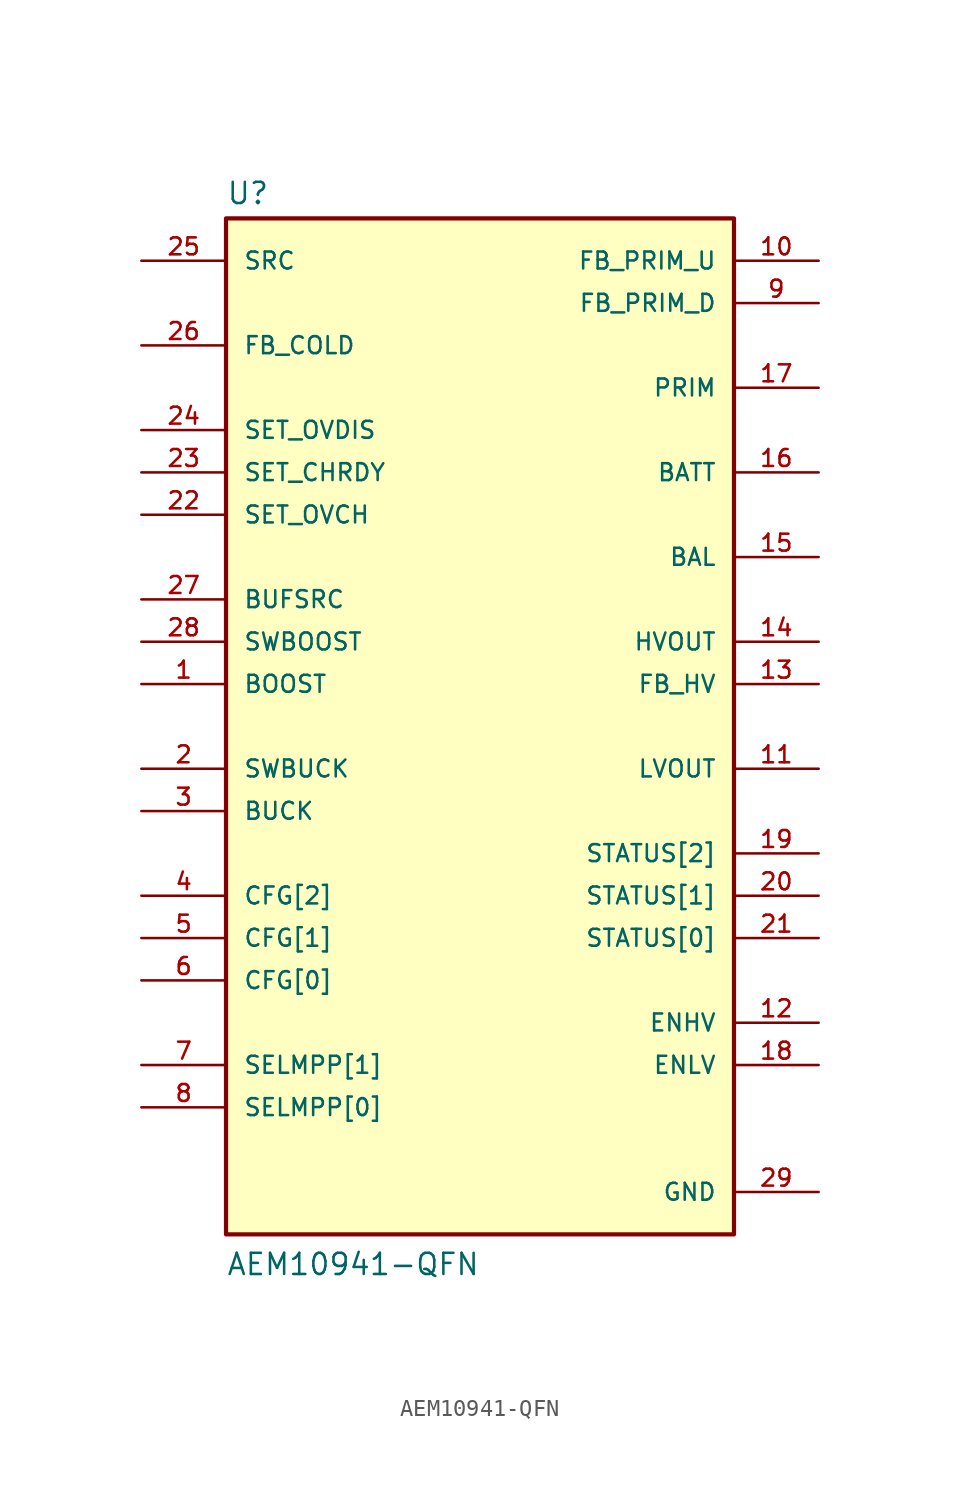
<source format=kicad_sym>
(kicad_symbol_lib
  (version 20211014)
  (generator kicad_symbol_editor)
  (symbol "AEM10941-QFN"
    (pin_names
      (offset 1.016))
    (property "Reference" "U"
      (at -15.24 31.242 0)
      (effects (font (size 1.27 1.27)) (justify bottom left)))
    (property "Value" "AEM10941-QFN"
      (at -15.24 -33.02 0)
      (effects (font (size 1.27 1.27)) (justify bottom left)))
    (symbol "AEM10941-QFN_0_0"
      (rectangle (start -15.24 -30.48) (end 15.24 30.48) (stroke (width 0.254)) (fill (type background)))
      (pin output line (at -20.32 2.54 0) (length 5.08) (name "BOOST" (effects (font (size 1.016 1.016)))) (number "1" (effects (font (size 1.016 1.016)))))
      (pin bidirectional line (at -20.32 -2.54 0) (length 5.08) (name "SWBUCK" (effects (font (size 1.016 1.016)))) (number "2" (effects (font (size 1.016 1.016)))))
      (pin output line (at -20.32 -5.08 0) (length 5.08) (name "BUCK" (effects (font (size 1.016 1.016)))) (number "3" (effects (font (size 1.016 1.016)))))
      (pin output line (at 20.32 -2.54 180.0) (length 5.08) (name "LVOUT" (effects (font (size 1.016 1.016)))) (number "11" (effects (font (size 1.016 1.016)))))
      (pin output line (at 20.32 5.08 180.0) (length 5.08) (name "HVOUT" (effects (font (size 1.016 1.016)))) (number "14" (effects (font (size 1.016 1.016)))))
      (pin bidirectional line (at 20.32 10.16 180.0) (length 5.08) (name "BAL" (effects (font (size 1.016 1.016)))) (number "15" (effects (font (size 1.016 1.016)))))
      (pin output line (at 20.32 15.24 180.0) (length 5.08) (name "BATT" (effects (font (size 1.016 1.016)))) (number "16" (effects (font (size 1.016 1.016)))))
      (pin bidirectional line (at 20.32 20.32 180.0) (length 5.08) (name "PRIM" (effects (font (size 1.016 1.016)))) (number "17" (effects (font (size 1.016 1.016)))))
      (pin input line (at -20.32 27.94 0) (length 5.08) (name "SRC" (effects (font (size 1.016 1.016)))) (number "25" (effects (font (size 1.016 1.016)))))
      (pin bidirectional line (at -20.32 7.62 0) (length 5.08) (name "BUFSRC" (effects (font (size 1.016 1.016)))) (number "27" (effects (font (size 1.016 1.016)))))
      (pin bidirectional line (at -20.32 5.08 0) (length 5.08) (name "SWBOOST" (effects (font (size 1.016 1.016)))) (number "28" (effects (font (size 1.016 1.016)))))
      (pin bidirectional line (at -20.32 -10.16 0) (length 5.08) (name "CFG[2]" (effects (font (size 1.016 1.016)))) (number "4" (effects (font (size 1.016 1.016)))))
      (pin bidirectional line (at -20.32 -12.7 0) (length 5.08) (name "CFG[1]" (effects (font (size 1.016 1.016)))) (number "5" (effects (font (size 1.016 1.016)))))
      (pin bidirectional line (at -20.32 -15.24 0) (length 5.08) (name "CFG[0]" (effects (font (size 1.016 1.016)))) (number "6" (effects (font (size 1.016 1.016)))))
      (pin bidirectional line (at -20.32 -20.32 0) (length 5.08) (name "SELMPP[1]" (effects (font (size 1.016 1.016)))) (number "7" (effects (font (size 1.016 1.016)))))
      (pin bidirectional line (at -20.32 -22.86 0) (length 5.08) (name "SELMPP[0]" (effects (font (size 1.016 1.016)))) (number "8" (effects (font (size 1.016 1.016)))))
      (pin bidirectional line (at 20.32 25.4 180.0) (length 5.08) (name "FB_PRIM_D" (effects (font (size 1.016 1.016)))) (number "9" (effects (font (size 1.016 1.016)))))
      (pin bidirectional line (at 20.32 27.94 180.0) (length 5.08) (name "FB_PRIM_U" (effects (font (size 1.016 1.016)))) (number "10" (effects (font (size 1.016 1.016)))))
      (pin bidirectional line (at 20.32 2.54 180.0) (length 5.08) (name "FB_HV" (effects (font (size 1.016 1.016)))) (number "13" (effects (font (size 1.016 1.016)))))
      (pin bidirectional line (at -20.32 12.7 0) (length 5.08) (name "SET_OVCH" (effects (font (size 1.016 1.016)))) (number "22" (effects (font (size 1.016 1.016)))))
      (pin bidirectional line (at -20.32 15.24 0) (length 5.08) (name "SET_CHRDY" (effects (font (size 1.016 1.016)))) (number "23" (effects (font (size 1.016 1.016)))))
      (pin bidirectional line (at -20.32 17.78 0) (length 5.08) (name "SET_OVDIS" (effects (font (size 1.016 1.016)))) (number "24" (effects (font (size 1.016 1.016)))))
      (pin bidirectional line (at -20.32 22.86 0) (length 5.08) (name "FB_COLD" (effects (font (size 1.016 1.016)))) (number "26" (effects (font (size 1.016 1.016)))))
      (pin input line (at 20.32 -17.78 180.0) (length 5.08) (name "ENHV" (effects (font (size 1.016 1.016)))) (number "12" (effects (font (size 1.016 1.016)))))
      (pin input line (at 20.32 -20.32 180.0) (length 5.08) (name "ENLV" (effects (font (size 1.016 1.016)))) (number "18" (effects (font (size 1.016 1.016)))))
      (pin output line (at 20.32 -7.62 180.0) (length 5.08) (name "STATUS[2]" (effects (font (size 1.016 1.016)))) (number "19" (effects (font (size 1.016 1.016)))))
      (pin output line (at 20.32 -10.16 180.0) (length 5.08) (name "STATUS[1]" (effects (font (size 1.016 1.016)))) (number "20" (effects (font (size 1.016 1.016)))))
      (pin output line (at 20.32 -12.7 180.0) (length 5.08) (name "STATUS[0]" (effects (font (size 1.016 1.016)))) (number "21" (effects (font (size 1.016 1.016)))))
      (pin power_in line (at 20.32 -27.94 180.0) (length 5.08) (name "GND" (effects (font (size 1.016 1.016)))) (number "29" (effects (font (size 1.016 1.016))))))))
</source>
